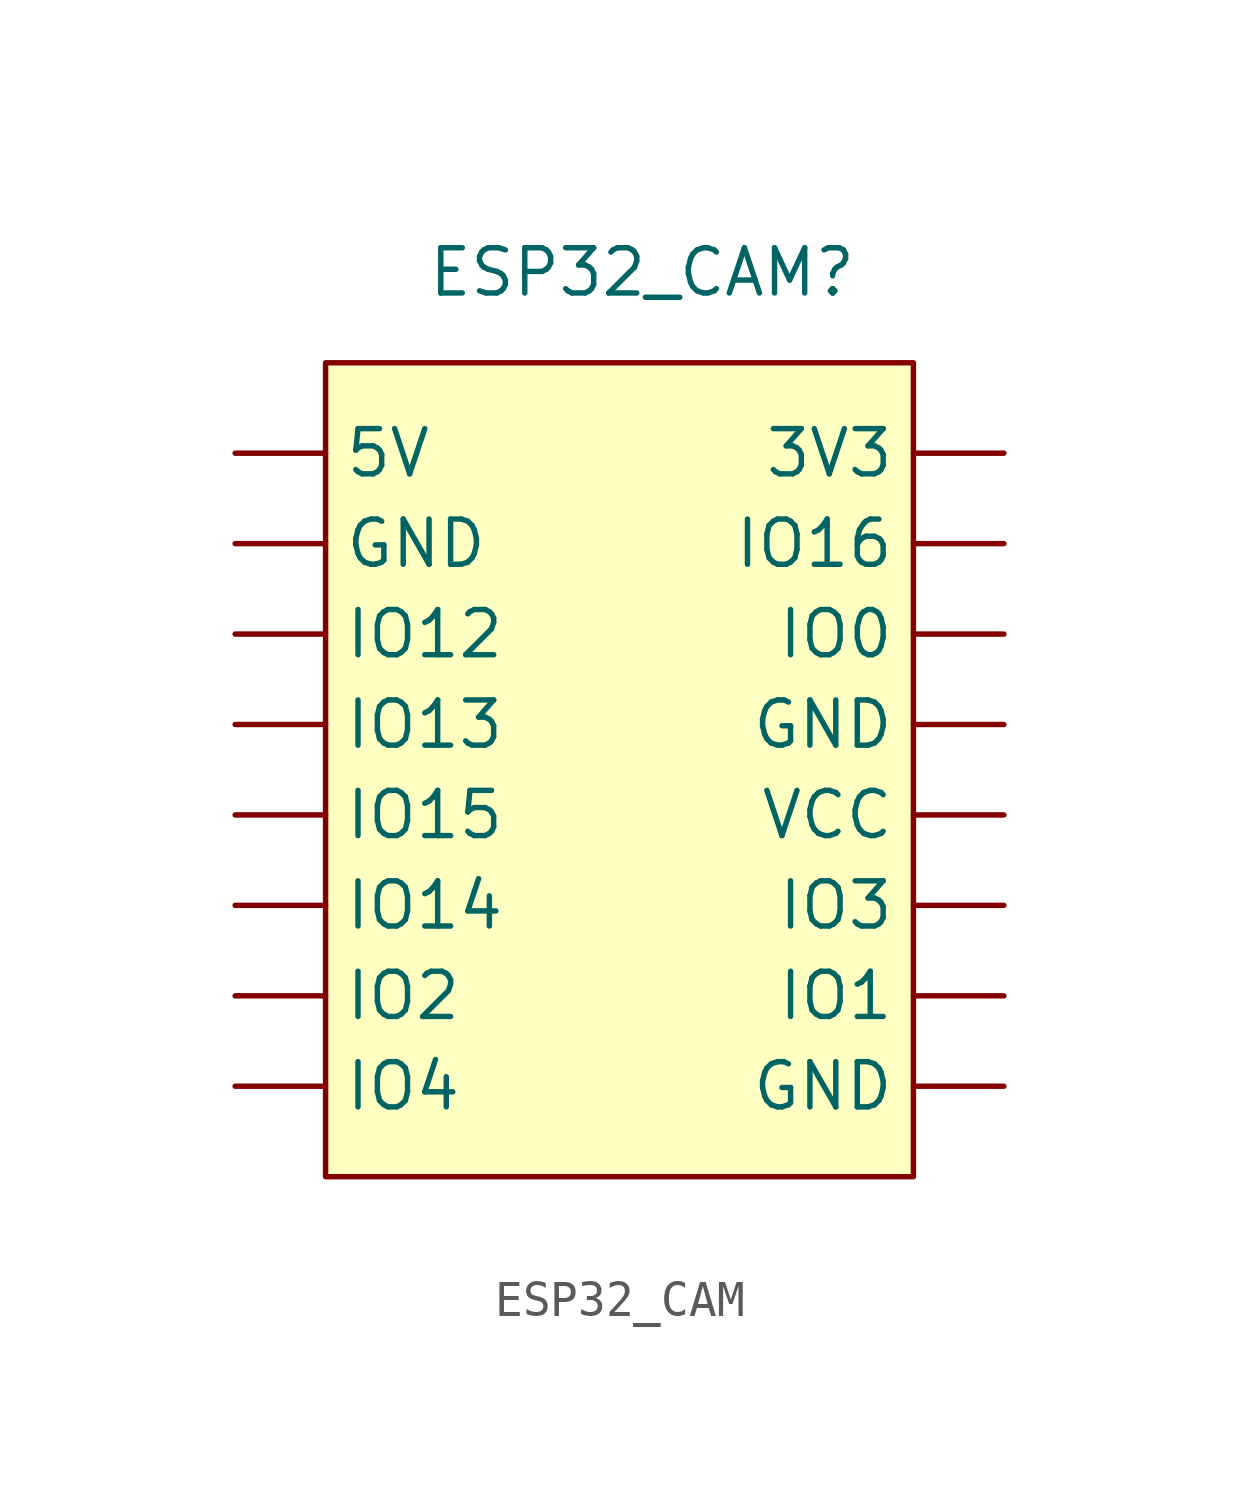
<source format=kicad_sym>
(kicad_symbol_lib
  (version 20220914)
  (generator kicad_symbol_editor)
  (symbol "ESP32_CAM"
    (property "Reference" "ESP32_CAM"
      (at 7.62 1.27 0)
      (effects (font (size 1.27 1.27))))
    (property "Value" ""
      (at 0 0 0)
      (effects (font (size 1.27 1.27))))
    (symbol "ESP32_CAM_1_1"
      (rectangle (start -1.27 -1.27) (end 15.24 -24.13) (stroke (width 0) (type default)) (fill (type background)))
      (pin input line (at 17.78 -3.81 180) (length 2.54) (name "3V3" (effects (font (size 1.27 1.27)))) (number "" (effects (font (size 1.27 1.27)))))
      (pin input line (at -3.81 -3.81 0) (length 2.54) (name "5V" (effects (font (size 1.27 1.27)))) (number "" (effects (font (size 1.27 1.27)))))
      (pin input line (at -3.81 -6.35 0) (length 2.54) (name "GND" (effects (font (size 1.27 1.27)))) (number "" (effects (font (size 1.27 1.27)))))
      (pin input line (at 17.78 -21.59 180) (length 2.54) (name "GND" (effects (font (size 1.27 1.27)))) (number "" (effects (font (size 1.27 1.27)))))
      (pin input line (at 17.78 -11.43 180) (length 2.54) (name "GND" (effects (font (size 1.27 1.27)))) (number "" (effects (font (size 1.27 1.27)))))
      (pin input line (at 17.78 -8.89 180) (length 2.54) (name "IO0" (effects (font (size 1.27 1.27)))) (number "" (effects (font (size 1.27 1.27)))))
      (pin input line (at 17.78 -19.05 180) (length 2.54) (name "IO1" (effects (font (size 1.27 1.27)))) (number "" (effects (font (size 1.27 1.27)))))
      (pin input line (at -3.81 -8.89 0) (length 2.54) (name "IO12" (effects (font (size 1.27 1.27)))) (number "" (effects (font (size 1.27 1.27)))))
      (pin input line (at -3.81 -11.43 0) (length 2.54) (name "IO13" (effects (font (size 1.27 1.27)))) (number "" (effects (font (size 1.27 1.27)))))
      (pin input line (at -3.81 -16.51 0) (length 2.54) (name "IO14" (effects (font (size 1.27 1.27)))) (number "" (effects (font (size 1.27 1.27)))))
      (pin input line (at -3.81 -13.97 0) (length 2.54) (name "IO15" (effects (font (size 1.27 1.27)))) (number "" (effects (font (size 1.27 1.27)))))
      (pin input line (at 17.78 -6.35 180) (length 2.54) (name "IO16" (effects (font (size 1.27 1.27)))) (number "" (effects (font (size 1.27 1.27)))))
      (pin input line (at -3.81 -19.05 0) (length 2.54) (name "IO2" (effects (font (size 1.27 1.27)))) (number "" (effects (font (size 1.27 1.27)))))
      (pin input line (at 17.78 -16.51 180) (length 2.54) (name "IO3" (effects (font (size 1.27 1.27)))) (number "" (effects (font (size 1.27 1.27)))))
      (pin input line (at -3.81 -21.59 0) (length 2.54) (name "IO4" (effects (font (size 1.27 1.27)))) (number "" (effects (font (size 1.27 1.27)))))
      (pin input line (at 17.78 -13.97 180) (length 2.54) (name "VCC" (effects (font (size 1.27 1.27)))) (number "" (effects (font (size 1.27 1.27))))))))
</source>
